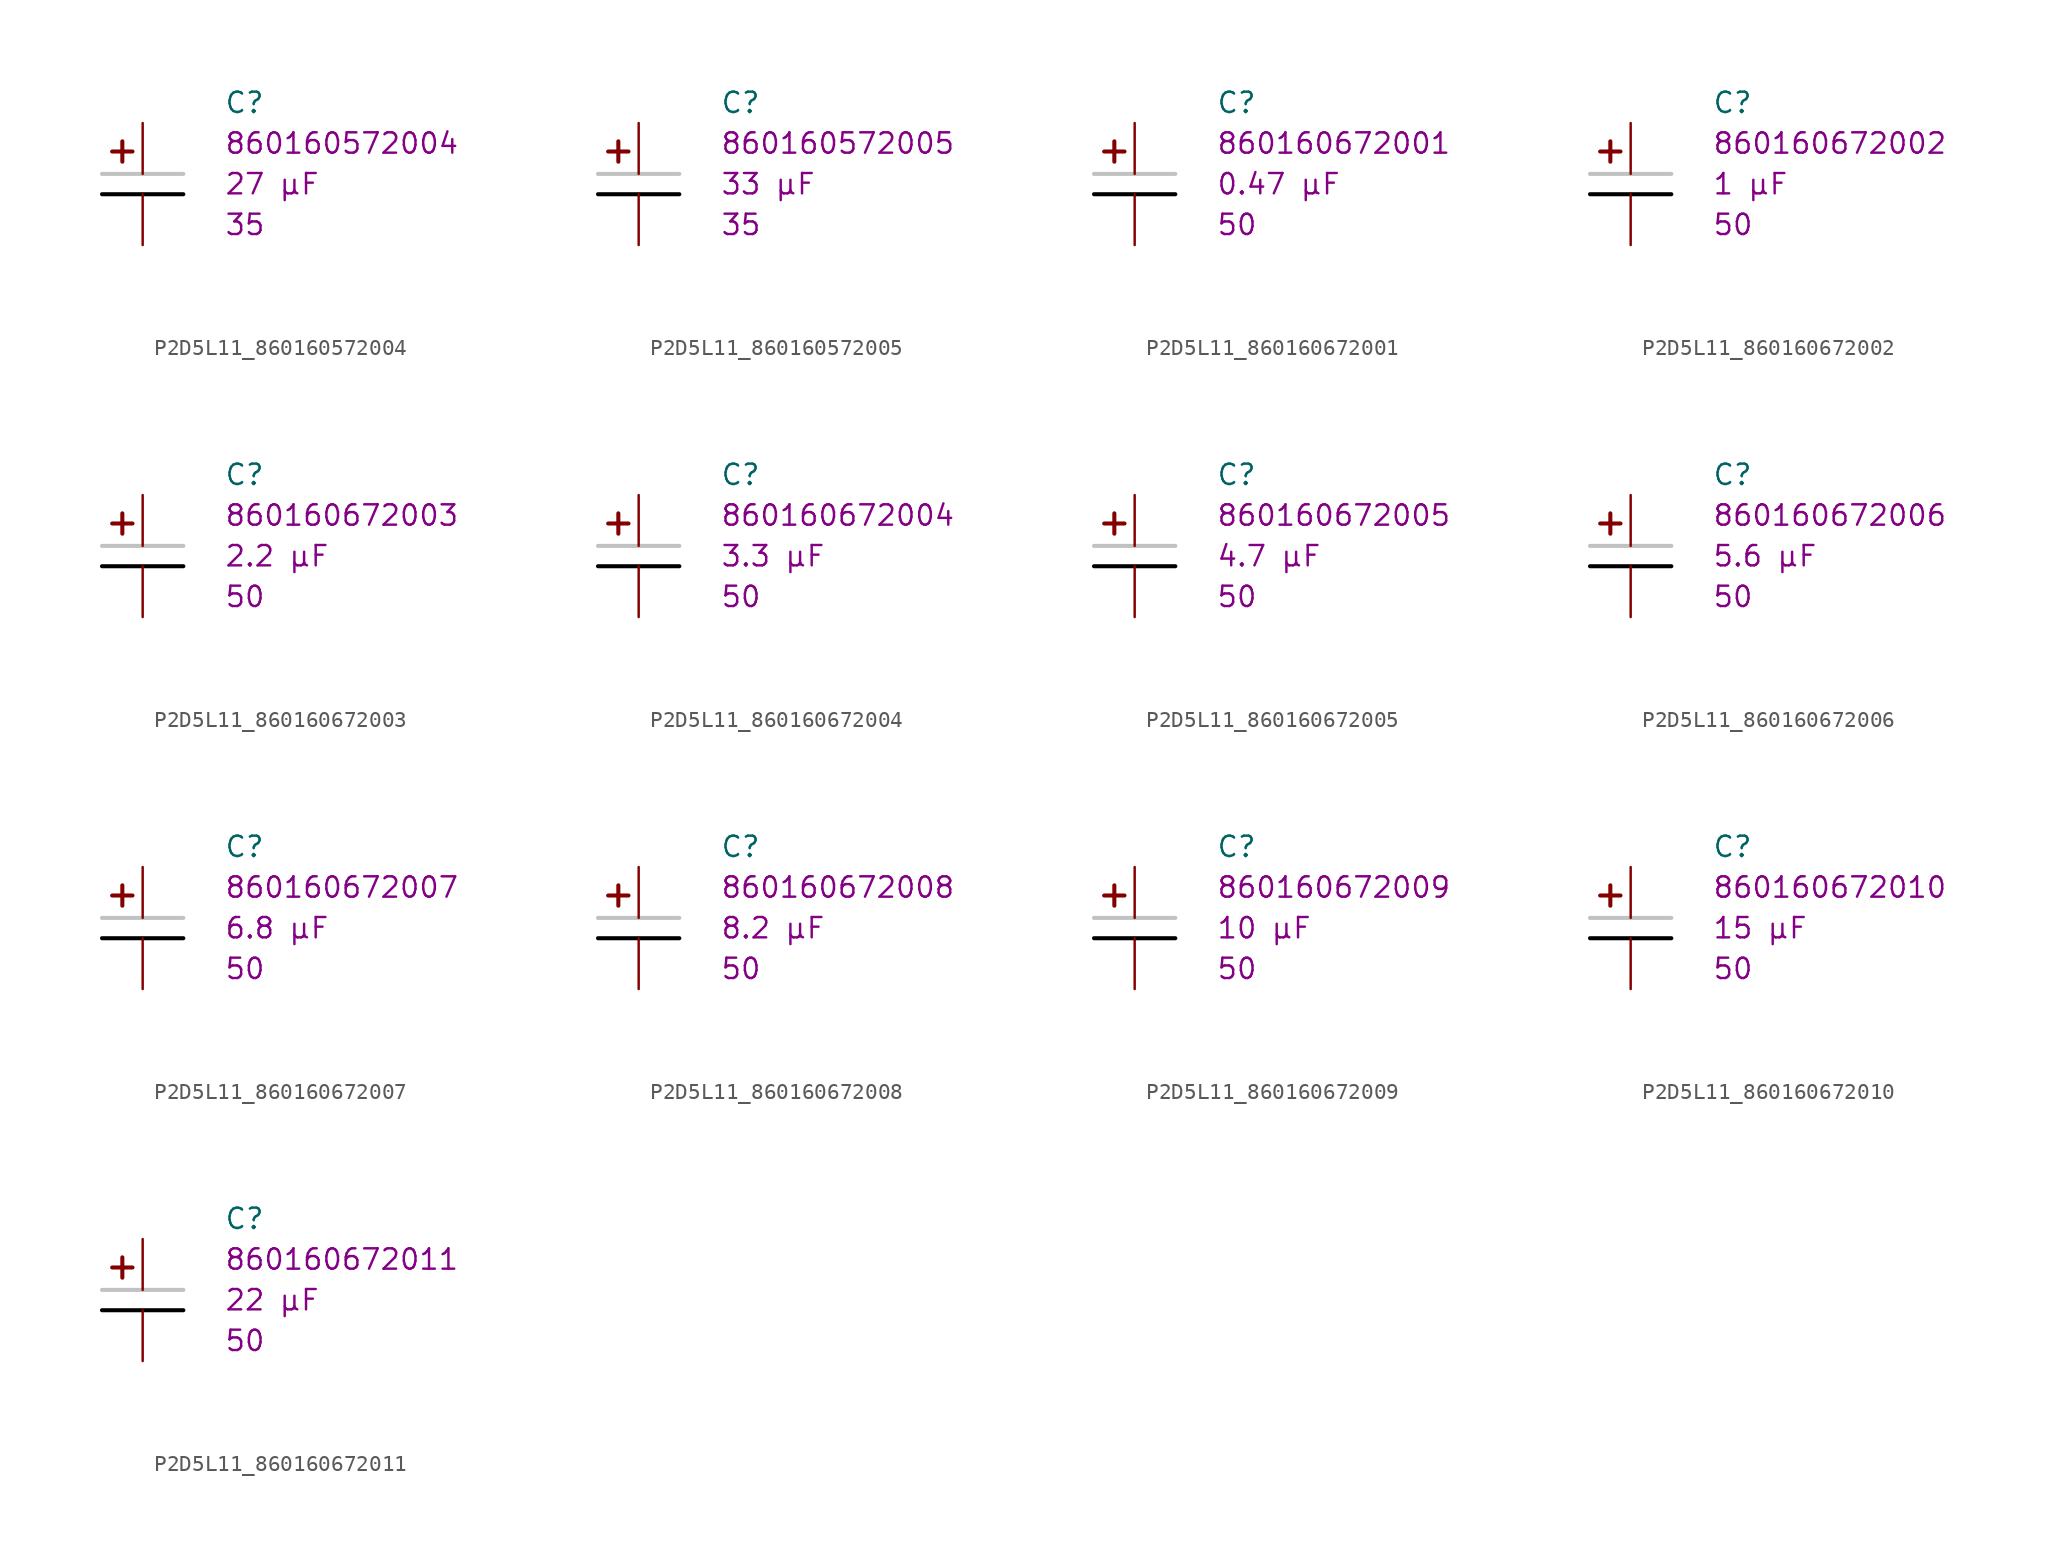
<source format=kicad_sym>
(kicad_symbol_lib
  (version 20220914)
  (generator kicad_symbol_editor)
  (symbol "P2D5L11_860160572004"
    (pin_numbers hide)
    (pin_names hide)
    (property "Reference" "C"
      (at 5.08 5.08 0)
      (effects (font (size 1.27 1.27)) (justify left)))
    (property "Part Number" "860160572004"
      (at 5.08 2.54 0)
      (effects (font (size 1.27 1.27)) (justify left)))
    (property "Capacitance" "27 µF"
      (at 5.08 0 0)
      (effects (font (size 1.27 1.27)) (justify left)))
    (property "Voltage" "35"
      (at 5.08 -2.54 0)
      (effects (font (size 1.27 1.27)) (justify left)))
    (property "Critical Parameter" ""
      (at 0 -7.62 0)
      (effects (font (size 1.27 1.27))))
    (symbol "P2D5L11_860160572004_1_1"
      (polyline (pts (xy -1.27 2.667) (xy -1.27 1.397)) (stroke (width 0.254) (type default)) (fill (type none)))
      (polyline (pts (xy -0.635 2.032) (xy -1.905 2.032)) (stroke (width 0.254) (type default)) (fill (type none)))
      (polyline (pts (xy 2.54 -0.635) (xy -2.54 -0.635)) (stroke (width 0.254) (type default) (color 0 0 0 1)) (fill (type none)))
      (polyline (pts (xy 2.54 0.635) (xy -2.54 0.635)) (stroke (width 0.254) (type default) (color 194 194 194 1)) (fill (type none)))
      (pin passive line (at 0 3.81 270) (length 3.175) (name "1" (effects (font (size 1.27 1.27)))) (number "1" (effects (font (size 1.27 1.27)))))
      (pin passive line (at 0 -3.81 90) (length 3.175) (name "2" (effects (font (size 1.27 1.27)))) (number "2" (effects (font (size 1.27 1.27)))))))
  (symbol "P2D5L11_860160572005"
    (pin_numbers hide)
    (pin_names hide)
    (property "Reference" "C"
      (at 5.08 5.08 0)
      (effects (font (size 1.27 1.27)) (justify left)))
    (property "Part Number" "860160572005"
      (at 5.08 2.54 0)
      (effects (font (size 1.27 1.27)) (justify left)))
    (property "Capacitance" "33 µF"
      (at 5.08 0 0)
      (effects (font (size 1.27 1.27)) (justify left)))
    (property "Voltage" "35"
      (at 5.08 -2.54 0)
      (effects (font (size 1.27 1.27)) (justify left)))
    (property "Critical Parameter" ""
      (at 0 -7.62 0)
      (effects (font (size 1.27 1.27))))
    (symbol "P2D5L11_860160572005_1_1"
      (polyline (pts (xy -1.27 2.667) (xy -1.27 1.397)) (stroke (width 0.254) (type default)) (fill (type none)))
      (polyline (pts (xy -0.635 2.032) (xy -1.905 2.032)) (stroke (width 0.254) (type default)) (fill (type none)))
      (polyline (pts (xy 2.54 -0.635) (xy -2.54 -0.635)) (stroke (width 0.254) (type default) (color 0 0 0 1)) (fill (type none)))
      (polyline (pts (xy 2.54 0.635) (xy -2.54 0.635)) (stroke (width 0.254) (type default) (color 194 194 194 1)) (fill (type none)))
      (pin passive line (at 0 3.81 270) (length 3.175) (name "1" (effects (font (size 1.27 1.27)))) (number "1" (effects (font (size 1.27 1.27)))))
      (pin passive line (at 0 -3.81 90) (length 3.175) (name "2" (effects (font (size 1.27 1.27)))) (number "2" (effects (font (size 1.27 1.27)))))))
  (symbol "P2D5L11_860160672001"
    (pin_numbers hide)
    (pin_names hide)
    (property "Reference" "C"
      (at 5.08 5.08 0)
      (effects (font (size 1.27 1.27)) (justify left)))
    (property "Part Number" "860160672001"
      (at 5.08 2.54 0)
      (effects (font (size 1.27 1.27)) (justify left)))
    (property "Capacitance" "0.47 µF"
      (at 5.08 0 0)
      (effects (font (size 1.27 1.27)) (justify left)))
    (property "Voltage" "50"
      (at 5.08 -2.54 0)
      (effects (font (size 1.27 1.27)) (justify left)))
    (property "Critical Parameter" ""
      (at 0 -7.62 0)
      (effects (font (size 1.27 1.27))))
    (symbol "P2D5L11_860160672001_1_1"
      (polyline (pts (xy -1.27 2.667) (xy -1.27 1.397)) (stroke (width 0.254) (type default)) (fill (type none)))
      (polyline (pts (xy -0.635 2.032) (xy -1.905 2.032)) (stroke (width 0.254) (type default)) (fill (type none)))
      (polyline (pts (xy 2.54 -0.635) (xy -2.54 -0.635)) (stroke (width 0.254) (type default) (color 0 0 0 1)) (fill (type none)))
      (polyline (pts (xy 2.54 0.635) (xy -2.54 0.635)) (stroke (width 0.254) (type default) (color 194 194 194 1)) (fill (type none)))
      (pin passive line (at 0 3.81 270) (length 3.175) (name "1" (effects (font (size 1.27 1.27)))) (number "1" (effects (font (size 1.27 1.27)))))
      (pin passive line (at 0 -3.81 90) (length 3.175) (name "2" (effects (font (size 1.27 1.27)))) (number "2" (effects (font (size 1.27 1.27)))))))
  (symbol "P2D5L11_860160672002"
    (pin_numbers hide)
    (pin_names hide)
    (property "Reference" "C"
      (at 5.08 5.08 0)
      (effects (font (size 1.27 1.27)) (justify left)))
    (property "Part Number" "860160672002"
      (at 5.08 2.54 0)
      (effects (font (size 1.27 1.27)) (justify left)))
    (property "Capacitance" "1 µF"
      (at 5.08 0 0)
      (effects (font (size 1.27 1.27)) (justify left)))
    (property "Voltage" "50"
      (at 5.08 -2.54 0)
      (effects (font (size 1.27 1.27)) (justify left)))
    (property "Critical Parameter" ""
      (at 0 -7.62 0)
      (effects (font (size 1.27 1.27))))
    (symbol "P2D5L11_860160672002_1_1"
      (polyline (pts (xy -1.27 2.667) (xy -1.27 1.397)) (stroke (width 0.254) (type default)) (fill (type none)))
      (polyline (pts (xy -0.635 2.032) (xy -1.905 2.032)) (stroke (width 0.254) (type default)) (fill (type none)))
      (polyline (pts (xy 2.54 -0.635) (xy -2.54 -0.635)) (stroke (width 0.254) (type default) (color 0 0 0 1)) (fill (type none)))
      (polyline (pts (xy 2.54 0.635) (xy -2.54 0.635)) (stroke (width 0.254) (type default) (color 194 194 194 1)) (fill (type none)))
      (pin passive line (at 0 3.81 270) (length 3.175) (name "1" (effects (font (size 1.27 1.27)))) (number "1" (effects (font (size 1.27 1.27)))))
      (pin passive line (at 0 -3.81 90) (length 3.175) (name "2" (effects (font (size 1.27 1.27)))) (number "2" (effects (font (size 1.27 1.27)))))))
  (symbol "P2D5L11_860160672003"
    (pin_numbers hide)
    (pin_names hide)
    (property "Reference" "C"
      (at 5.08 5.08 0)
      (effects (font (size 1.27 1.27)) (justify left)))
    (property "Part Number" "860160672003"
      (at 5.08 2.54 0)
      (effects (font (size 1.27 1.27)) (justify left)))
    (property "Capacitance" "2.2 µF"
      (at 5.08 0 0)
      (effects (font (size 1.27 1.27)) (justify left)))
    (property "Voltage" "50"
      (at 5.08 -2.54 0)
      (effects (font (size 1.27 1.27)) (justify left)))
    (property "Critical Parameter" ""
      (at 0 -7.62 0)
      (effects (font (size 1.27 1.27))))
    (symbol "P2D5L11_860160672003_1_1"
      (polyline (pts (xy -1.27 2.667) (xy -1.27 1.397)) (stroke (width 0.254) (type default)) (fill (type none)))
      (polyline (pts (xy -0.635 2.032) (xy -1.905 2.032)) (stroke (width 0.254) (type default)) (fill (type none)))
      (polyline (pts (xy 2.54 -0.635) (xy -2.54 -0.635)) (stroke (width 0.254) (type default) (color 0 0 0 1)) (fill (type none)))
      (polyline (pts (xy 2.54 0.635) (xy -2.54 0.635)) (stroke (width 0.254) (type default) (color 194 194 194 1)) (fill (type none)))
      (pin passive line (at 0 3.81 270) (length 3.175) (name "1" (effects (font (size 1.27 1.27)))) (number "1" (effects (font (size 1.27 1.27)))))
      (pin passive line (at 0 -3.81 90) (length 3.175) (name "2" (effects (font (size 1.27 1.27)))) (number "2" (effects (font (size 1.27 1.27)))))))
  (symbol "P2D5L11_860160672004"
    (pin_numbers hide)
    (pin_names hide)
    (property "Reference" "C"
      (at 5.08 5.08 0)
      (effects (font (size 1.27 1.27)) (justify left)))
    (property "Part Number" "860160672004"
      (at 5.08 2.54 0)
      (effects (font (size 1.27 1.27)) (justify left)))
    (property "Capacitance" "3.3 µF"
      (at 5.08 0 0)
      (effects (font (size 1.27 1.27)) (justify left)))
    (property "Voltage" "50"
      (at 5.08 -2.54 0)
      (effects (font (size 1.27 1.27)) (justify left)))
    (property "Critical Parameter" ""
      (at 0 -7.62 0)
      (effects (font (size 1.27 1.27))))
    (symbol "P2D5L11_860160672004_1_1"
      (polyline (pts (xy -1.27 2.667) (xy -1.27 1.397)) (stroke (width 0.254) (type default)) (fill (type none)))
      (polyline (pts (xy -0.635 2.032) (xy -1.905 2.032)) (stroke (width 0.254) (type default)) (fill (type none)))
      (polyline (pts (xy 2.54 -0.635) (xy -2.54 -0.635)) (stroke (width 0.254) (type default) (color 0 0 0 1)) (fill (type none)))
      (polyline (pts (xy 2.54 0.635) (xy -2.54 0.635)) (stroke (width 0.254) (type default) (color 194 194 194 1)) (fill (type none)))
      (pin passive line (at 0 3.81 270) (length 3.175) (name "1" (effects (font (size 1.27 1.27)))) (number "1" (effects (font (size 1.27 1.27)))))
      (pin passive line (at 0 -3.81 90) (length 3.175) (name "2" (effects (font (size 1.27 1.27)))) (number "2" (effects (font (size 1.27 1.27)))))))
  (symbol "P2D5L11_860160672005"
    (pin_numbers hide)
    (pin_names hide)
    (property "Reference" "C"
      (at 5.08 5.08 0)
      (effects (font (size 1.27 1.27)) (justify left)))
    (property "Part Number" "860160672005"
      (at 5.08 2.54 0)
      (effects (font (size 1.27 1.27)) (justify left)))
    (property "Capacitance" "4.7 µF"
      (at 5.08 0 0)
      (effects (font (size 1.27 1.27)) (justify left)))
    (property "Voltage" "50"
      (at 5.08 -2.54 0)
      (effects (font (size 1.27 1.27)) (justify left)))
    (property "Critical Parameter" ""
      (at 0 -7.62 0)
      (effects (font (size 1.27 1.27))))
    (symbol "P2D5L11_860160672005_1_1"
      (polyline (pts (xy -1.27 2.667) (xy -1.27 1.397)) (stroke (width 0.254) (type default)) (fill (type none)))
      (polyline (pts (xy -0.635 2.032) (xy -1.905 2.032)) (stroke (width 0.254) (type default)) (fill (type none)))
      (polyline (pts (xy 2.54 -0.635) (xy -2.54 -0.635)) (stroke (width 0.254) (type default) (color 0 0 0 1)) (fill (type none)))
      (polyline (pts (xy 2.54 0.635) (xy -2.54 0.635)) (stroke (width 0.254) (type default) (color 194 194 194 1)) (fill (type none)))
      (pin passive line (at 0 3.81 270) (length 3.175) (name "1" (effects (font (size 1.27 1.27)))) (number "1" (effects (font (size 1.27 1.27)))))
      (pin passive line (at 0 -3.81 90) (length 3.175) (name "2" (effects (font (size 1.27 1.27)))) (number "2" (effects (font (size 1.27 1.27)))))))
  (symbol "P2D5L11_860160672006"
    (pin_numbers hide)
    (pin_names hide)
    (property "Reference" "C"
      (at 5.08 5.08 0)
      (effects (font (size 1.27 1.27)) (justify left)))
    (property "Part Number" "860160672006"
      (at 5.08 2.54 0)
      (effects (font (size 1.27 1.27)) (justify left)))
    (property "Capacitance" "5.6 µF"
      (at 5.08 0 0)
      (effects (font (size 1.27 1.27)) (justify left)))
    (property "Voltage" "50"
      (at 5.08 -2.54 0)
      (effects (font (size 1.27 1.27)) (justify left)))
    (property "Critical Parameter" ""
      (at 0 -7.62 0)
      (effects (font (size 1.27 1.27))))
    (symbol "P2D5L11_860160672006_1_1"
      (polyline (pts (xy -1.27 2.667) (xy -1.27 1.397)) (stroke (width 0.254) (type default)) (fill (type none)))
      (polyline (pts (xy -0.635 2.032) (xy -1.905 2.032)) (stroke (width 0.254) (type default)) (fill (type none)))
      (polyline (pts (xy 2.54 -0.635) (xy -2.54 -0.635)) (stroke (width 0.254) (type default) (color 0 0 0 1)) (fill (type none)))
      (polyline (pts (xy 2.54 0.635) (xy -2.54 0.635)) (stroke (width 0.254) (type default) (color 194 194 194 1)) (fill (type none)))
      (pin passive line (at 0 3.81 270) (length 3.175) (name "1" (effects (font (size 1.27 1.27)))) (number "1" (effects (font (size 1.27 1.27)))))
      (pin passive line (at 0 -3.81 90) (length 3.175) (name "2" (effects (font (size 1.27 1.27)))) (number "2" (effects (font (size 1.27 1.27)))))))
  (symbol "P2D5L11_860160672007"
    (pin_numbers hide)
    (pin_names hide)
    (property "Reference" "C"
      (at 5.08 5.08 0)
      (effects (font (size 1.27 1.27)) (justify left)))
    (property "Part Number" "860160672007"
      (at 5.08 2.54 0)
      (effects (font (size 1.27 1.27)) (justify left)))
    (property "Capacitance" "6.8 µF"
      (at 5.08 0 0)
      (effects (font (size 1.27 1.27)) (justify left)))
    (property "Voltage" "50"
      (at 5.08 -2.54 0)
      (effects (font (size 1.27 1.27)) (justify left)))
    (property "Critical Parameter" ""
      (at 0 -7.62 0)
      (effects (font (size 1.27 1.27))))
    (symbol "P2D5L11_860160672007_1_1"
      (polyline (pts (xy -1.27 2.667) (xy -1.27 1.397)) (stroke (width 0.254) (type default)) (fill (type none)))
      (polyline (pts (xy -0.635 2.032) (xy -1.905 2.032)) (stroke (width 0.254) (type default)) (fill (type none)))
      (polyline (pts (xy 2.54 -0.635) (xy -2.54 -0.635)) (stroke (width 0.254) (type default) (color 0 0 0 1)) (fill (type none)))
      (polyline (pts (xy 2.54 0.635) (xy -2.54 0.635)) (stroke (width 0.254) (type default) (color 194 194 194 1)) (fill (type none)))
      (pin passive line (at 0 3.81 270) (length 3.175) (name "1" (effects (font (size 1.27 1.27)))) (number "1" (effects (font (size 1.27 1.27)))))
      (pin passive line (at 0 -3.81 90) (length 3.175) (name "2" (effects (font (size 1.27 1.27)))) (number "2" (effects (font (size 1.27 1.27)))))))
  (symbol "P2D5L11_860160672008"
    (pin_numbers hide)
    (pin_names hide)
    (property "Reference" "C"
      (at 5.08 5.08 0)
      (effects (font (size 1.27 1.27)) (justify left)))
    (property "Part Number" "860160672008"
      (at 5.08 2.54 0)
      (effects (font (size 1.27 1.27)) (justify left)))
    (property "Capacitance" "8.2 µF"
      (at 5.08 0 0)
      (effects (font (size 1.27 1.27)) (justify left)))
    (property "Voltage" "50"
      (at 5.08 -2.54 0)
      (effects (font (size 1.27 1.27)) (justify left)))
    (property "Critical Parameter" ""
      (at 0 -7.62 0)
      (effects (font (size 1.27 1.27))))
    (symbol "P2D5L11_860160672008_1_1"
      (polyline (pts (xy -1.27 2.667) (xy -1.27 1.397)) (stroke (width 0.254) (type default)) (fill (type none)))
      (polyline (pts (xy -0.635 2.032) (xy -1.905 2.032)) (stroke (width 0.254) (type default)) (fill (type none)))
      (polyline (pts (xy 2.54 -0.635) (xy -2.54 -0.635)) (stroke (width 0.254) (type default) (color 0 0 0 1)) (fill (type none)))
      (polyline (pts (xy 2.54 0.635) (xy -2.54 0.635)) (stroke (width 0.254) (type default) (color 194 194 194 1)) (fill (type none)))
      (pin passive line (at 0 3.81 270) (length 3.175) (name "1" (effects (font (size 1.27 1.27)))) (number "1" (effects (font (size 1.27 1.27)))))
      (pin passive line (at 0 -3.81 90) (length 3.175) (name "2" (effects (font (size 1.27 1.27)))) (number "2" (effects (font (size 1.27 1.27)))))))
  (symbol "P2D5L11_860160672009"
    (pin_numbers hide)
    (pin_names hide)
    (property "Reference" "C"
      (at 5.08 5.08 0)
      (effects (font (size 1.27 1.27)) (justify left)))
    (property "Part Number" "860160672009"
      (at 5.08 2.54 0)
      (effects (font (size 1.27 1.27)) (justify left)))
    (property "Capacitance" "10 µF"
      (at 5.08 0 0)
      (effects (font (size 1.27 1.27)) (justify left)))
    (property "Voltage" "50"
      (at 5.08 -2.54 0)
      (effects (font (size 1.27 1.27)) (justify left)))
    (property "Critical Parameter" ""
      (at 0 -7.62 0)
      (effects (font (size 1.27 1.27))))
    (symbol "P2D5L11_860160672009_1_1"
      (polyline (pts (xy -1.27 2.667) (xy -1.27 1.397)) (stroke (width 0.254) (type default)) (fill (type none)))
      (polyline (pts (xy -0.635 2.032) (xy -1.905 2.032)) (stroke (width 0.254) (type default)) (fill (type none)))
      (polyline (pts (xy 2.54 -0.635) (xy -2.54 -0.635)) (stroke (width 0.254) (type default) (color 0 0 0 1)) (fill (type none)))
      (polyline (pts (xy 2.54 0.635) (xy -2.54 0.635)) (stroke (width 0.254) (type default) (color 194 194 194 1)) (fill (type none)))
      (pin passive line (at 0 3.81 270) (length 3.175) (name "1" (effects (font (size 1.27 1.27)))) (number "1" (effects (font (size 1.27 1.27)))))
      (pin passive line (at 0 -3.81 90) (length 3.175) (name "2" (effects (font (size 1.27 1.27)))) (number "2" (effects (font (size 1.27 1.27)))))))
  (symbol "P2D5L11_860160672010"
    (pin_numbers hide)
    (pin_names hide)
    (property "Reference" "C"
      (at 5.08 5.08 0)
      (effects (font (size 1.27 1.27)) (justify left)))
    (property "Part Number" "860160672010"
      (at 5.08 2.54 0)
      (effects (font (size 1.27 1.27)) (justify left)))
    (property "Capacitance" "15 µF"
      (at 5.08 0 0)
      (effects (font (size 1.27 1.27)) (justify left)))
    (property "Voltage" "50"
      (at 5.08 -2.54 0)
      (effects (font (size 1.27 1.27)) (justify left)))
    (property "Critical Parameter" ""
      (at 0 -7.62 0)
      (effects (font (size 1.27 1.27))))
    (symbol "P2D5L11_860160672010_1_1"
      (polyline (pts (xy -1.27 2.667) (xy -1.27 1.397)) (stroke (width 0.254) (type default)) (fill (type none)))
      (polyline (pts (xy -0.635 2.032) (xy -1.905 2.032)) (stroke (width 0.254) (type default)) (fill (type none)))
      (polyline (pts (xy 2.54 -0.635) (xy -2.54 -0.635)) (stroke (width 0.254) (type default) (color 0 0 0 1)) (fill (type none)))
      (polyline (pts (xy 2.54 0.635) (xy -2.54 0.635)) (stroke (width 0.254) (type default) (color 194 194 194 1)) (fill (type none)))
      (pin passive line (at 0 3.81 270) (length 3.175) (name "1" (effects (font (size 1.27 1.27)))) (number "1" (effects (font (size 1.27 1.27)))))
      (pin passive line (at 0 -3.81 90) (length 3.175) (name "2" (effects (font (size 1.27 1.27)))) (number "2" (effects (font (size 1.27 1.27)))))))
  (symbol "P2D5L11_860160672011"
    (pin_numbers hide)
    (pin_names hide)
    (property "Reference" "C"
      (at 5.08 5.08 0)
      (effects (font (size 1.27 1.27)) (justify left)))
    (property "Part Number" "860160672011"
      (at 5.08 2.54 0)
      (effects (font (size 1.27 1.27)) (justify left)))
    (property "Capacitance" "22 µF"
      (at 5.08 0 0)
      (effects (font (size 1.27 1.27)) (justify left)))
    (property "Voltage" "50"
      (at 5.08 -2.54 0)
      (effects (font (size 1.27 1.27)) (justify left)))
    (property "Critical Parameter" ""
      (at 0 -7.62 0)
      (effects (font (size 1.27 1.27))))
    (symbol "P2D5L11_860160672011_1_1"
      (polyline (pts (xy -1.27 2.667) (xy -1.27 1.397)) (stroke (width 0.254) (type default)) (fill (type none)))
      (polyline (pts (xy -0.635 2.032) (xy -1.905 2.032)) (stroke (width 0.254) (type default)) (fill (type none)))
      (polyline (pts (xy 2.54 -0.635) (xy -2.54 -0.635)) (stroke (width 0.254) (type default) (color 0 0 0 1)) (fill (type none)))
      (polyline (pts (xy 2.54 0.635) (xy -2.54 0.635)) (stroke (width 0.254) (type default) (color 194 194 194 1)) (fill (type none)))
      (pin passive line (at 0 3.81 270) (length 3.175) (name "1" (effects (font (size 1.27 1.27)))) (number "1" (effects (font (size 1.27 1.27)))))
      (pin passive line (at 0 -3.81 90) (length 3.175) (name "2" (effects (font (size 1.27 1.27)))) (number "2" (effects (font (size 1.27 1.27))))))))
</source>
